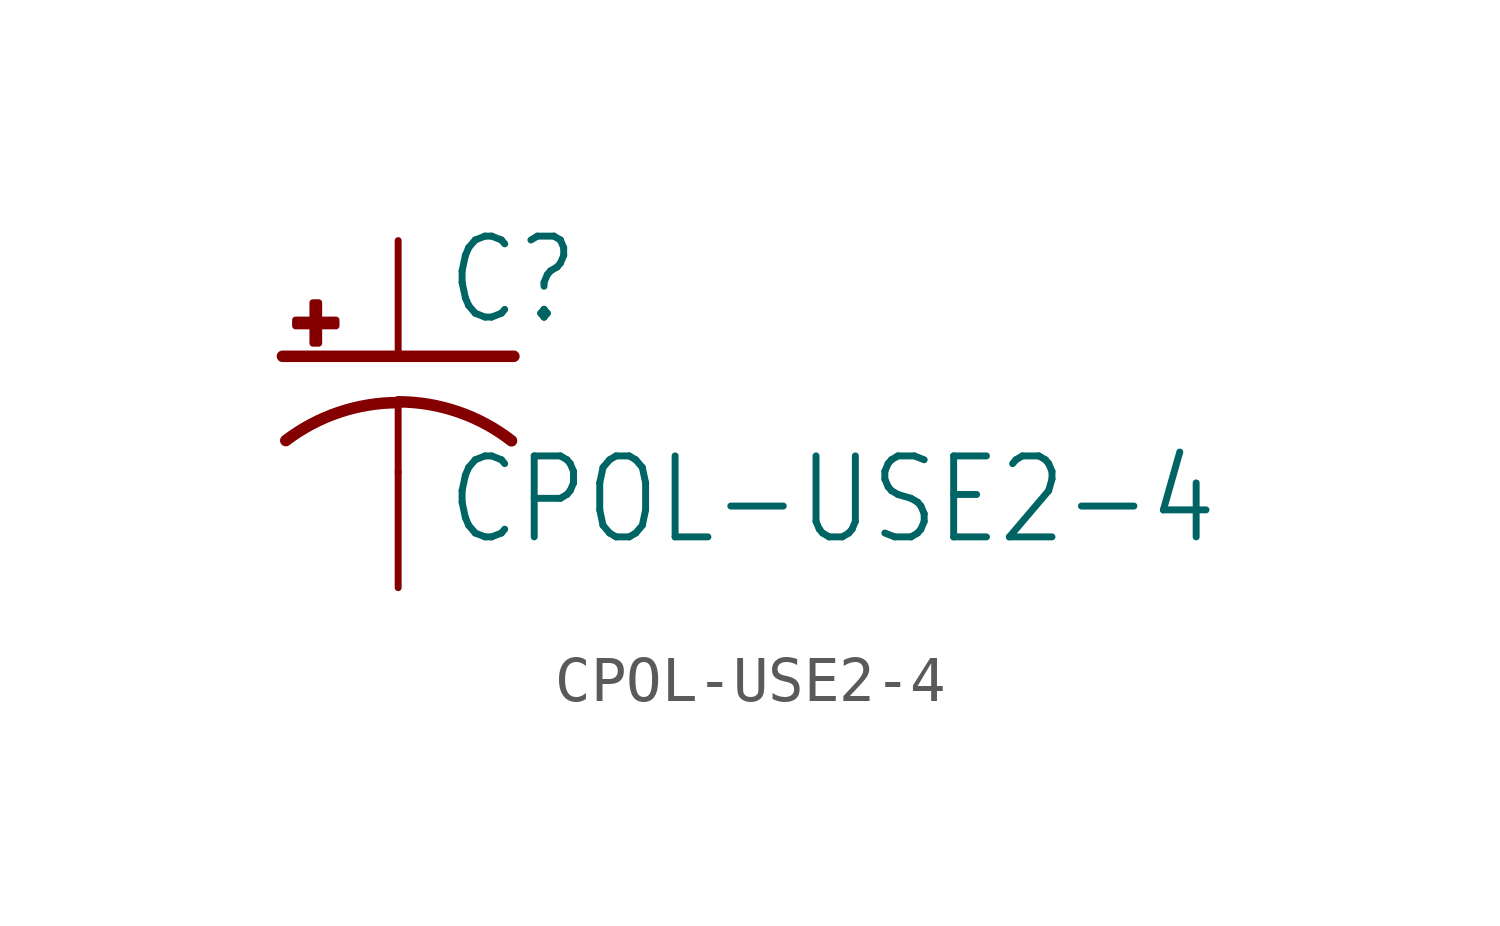
<source format=kicad_sym>
(kicad_symbol_lib
  (version 20220331)
  (generator kicad_symbol_editor)
  (symbol "CPOL-USE2-4"
    (property "Reference" "C"
      (at 1.016 0.635 0)
      (effects (font (size 1.778 1.511)) (justify left bottom)))
    (property "Value" "CPOL-USE2-4"
      (at 1.016 -4.191 0)
      (effects (font (size 1.778 1.511)) (justify left bottom)))
    (property "ki_locked" ""
      (at 0 0 0)
      (effects (font (size 1.27 1.27))))
    (symbol "CPOL-USE2-4_1_0"
      (rectangle (start -2.253 0.668) (end -1.364 0.795) (stroke (width 0) (type default)) (fill (type outline)))
      (rectangle (start -1.872 0.287) (end -1.745 1.176) (stroke (width 0) (type default)) (fill (type outline)))
      (arc (start 0 -1.0161) (mid -1.3021 -1.2302) (end -2.4669 -1.8504) (stroke (width 0.254) (type solid)) (fill (type none)))
      (polyline (pts (xy -2.54 0) (xy 2.54 0)) (stroke (width 0.254) (type solid)) (fill (type none)))
      (polyline (pts (xy 0 -1.016) (xy 0 -2.54)) (stroke (width 0.152) (type solid)) (fill (type none)))
      (arc (start 2.4892 -1.8542) (mid 1.3158 -1.2195) (end 0 -1) (stroke (width 0.254) (type solid)) (fill (type none)))
      (pin passive line (at 0 2.54 270) (length 2.54) (name "+" (effects (font (size 0 0)))) (number "+" (effects (font (size 0 0)))))
      (pin passive line (at 0 -5.08 90) (length 2.54) (name "-" (effects (font (size 0 0)))) (number "-" (effects (font (size 0 0))))))))
</source>
